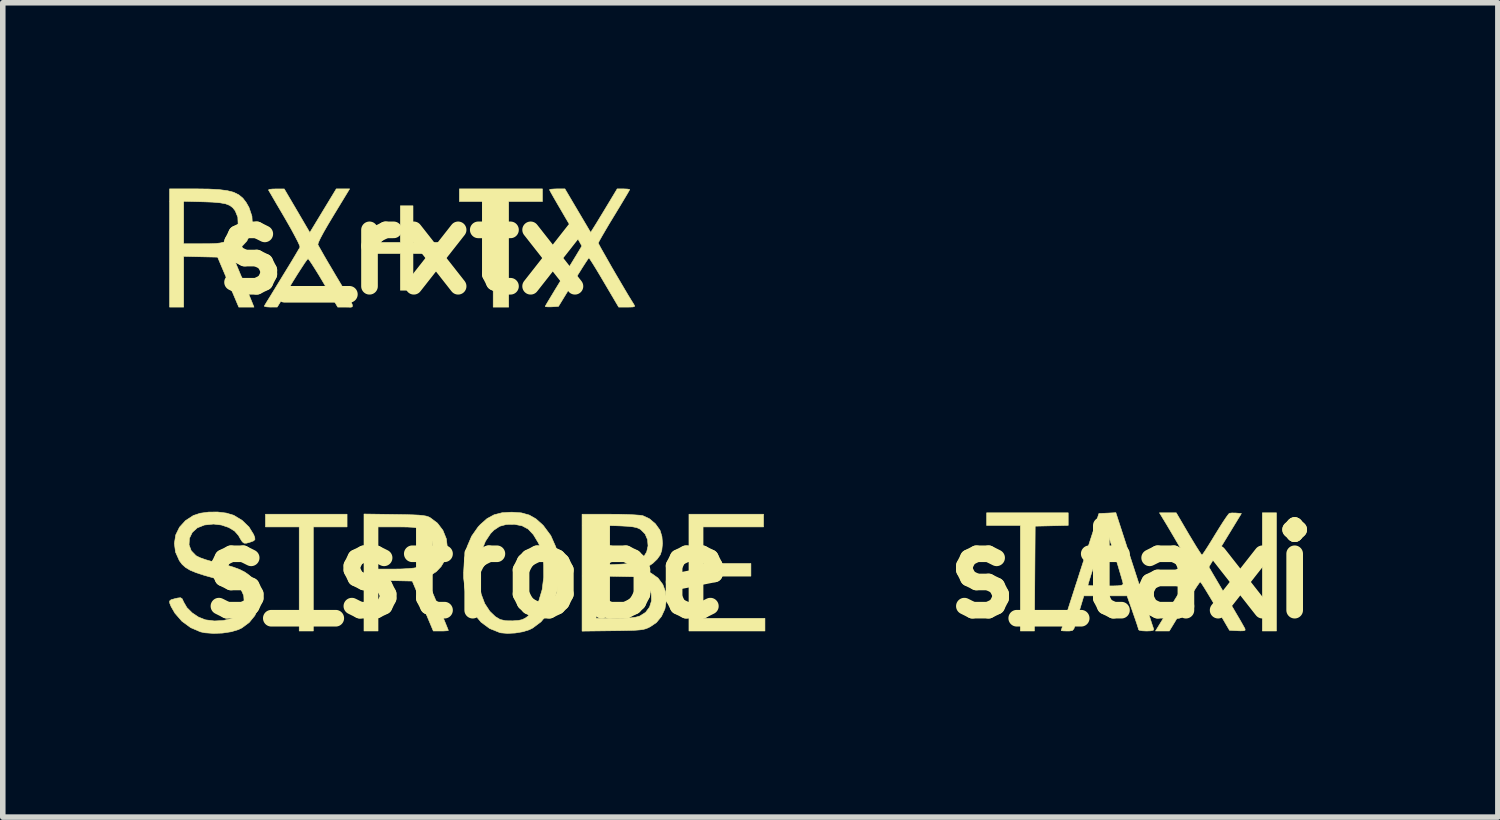
<source format=kicad_pcb>
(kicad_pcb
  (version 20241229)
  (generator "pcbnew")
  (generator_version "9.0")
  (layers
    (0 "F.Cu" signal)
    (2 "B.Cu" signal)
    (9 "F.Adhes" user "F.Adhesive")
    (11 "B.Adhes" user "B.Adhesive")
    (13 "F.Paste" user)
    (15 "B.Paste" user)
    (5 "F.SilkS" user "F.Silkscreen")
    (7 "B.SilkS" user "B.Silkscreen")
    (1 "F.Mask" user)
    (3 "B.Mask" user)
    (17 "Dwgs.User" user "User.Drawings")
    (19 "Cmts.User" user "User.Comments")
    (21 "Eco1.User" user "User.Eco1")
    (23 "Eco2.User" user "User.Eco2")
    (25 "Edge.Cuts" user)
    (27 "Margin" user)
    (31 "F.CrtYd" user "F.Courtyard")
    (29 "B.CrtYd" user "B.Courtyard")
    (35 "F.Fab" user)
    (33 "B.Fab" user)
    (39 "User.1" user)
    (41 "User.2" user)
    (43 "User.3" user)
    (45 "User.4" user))
  (footprint "s_strobe"
    (layer "F.Cu")
    (at 5.358 7.254)
    (property "Reference" "s_strobe" (at 0 0 0) (layer "F.SilkS") (effects (font (size 1.524 1.524) (thickness 0.3))))
    (attr through_hole)
    (fp_poly (pts (xy -2.155 -0.811) (xy -2.763 -0.811) (xy -2.763 1.065) (xy -3.017 1.065) (xy -3.017 -0.811) (xy -3.625 -0.811) (xy -3.625 -1.039) (xy -2.155 -1.039) (xy -2.155 -0.811)) (stroke (width 0.01) (type solid)) (fill yes) (layer "F.SilkS"))
    (fp_poly (pts (xy 5.349 -0.811) (xy 4.259 -0.811) (xy 4.259 -0.152) (xy 5.121 -0.152) (xy 5.121 0.076) (xy 4.259 0.076) (xy 4.259 0.837) (xy 5.374 0.837) (xy 5.374 1.065) (xy 4.005 1.065) (xy 4.005 -1.039) (xy 5.349 -1.039) (xy 5.349 -0.811)) (stroke (width 0.01) (type solid)) (fill yes) (layer "F.SilkS"))
    (fp_poly (pts (xy -1.299 -1.035) (xy -1.113 -1.032) (xy -0.971 -1.028) (xy -0.864 -1.023) (xy -0.787 -1.015) (xy -0.731 -1.006) (xy -0.69 -0.993) (xy -0.662 -0.98) (xy -0.527 -0.879) (xy -0.428 -0.749) (xy -0.367 -0.598) (xy -0.347 -0.435) (xy -0.373 -0.271) (xy -0.399 -0.199) (xy -0.462 -0.095) (xy -0.546 -0.006) (xy -0.638 0.053) (xy -0.674 0.066) (xy -0.72 0.08) (xy -0.735 0.087) (xy -0.726 0.111) (xy -0.699 0.174) (xy -0.659 0.27) (xy -0.607 0.392) (xy -0.548 0.532) (xy -0.532 0.569) (xy -0.471 0.713) (xy -0.417 0.84) (xy -0.374 0.944) (xy -0.344 1.018) (xy -0.33 1.053) (xy -0.33 1.055) (xy -0.352 1.06) (xy -0.411 1.064) (xy -0.465 1.065) (xy -0.601 1.065) (xy -0.98 0.165) (xy -1.289 0.158) (xy -1.597 0.151) (xy -1.597 1.065) (xy -1.85 1.065) (xy -1.85 -0.811) (xy -1.597 -0.811) (xy -1.597 -0.051) (xy -1.299 -0.051) (xy -1.17 -0.053) (xy -1.049 -0.06) (xy -0.952 -0.069) (xy -0.9 -0.079) (xy -0.773 -0.137) (xy -0.679 -0.232) (xy -0.623 -0.355) (xy -0.608 -0.469) (xy -0.63 -0.593) (xy -0.694 -0.69) (xy -0.793 -0.758) (xy -0.845 -0.78) (xy -0.9 -0.795) (xy -0.97 -0.804) (xy -1.066 -0.809) (xy -1.197 -0.811) (xy -1.25 -0.811) (xy -1.597 -0.811) (xy -1.85 -0.811) (xy -1.85 -1.043) (xy -1.299 -1.035)) (stroke (width 0.01) (type solid)) (fill yes) (layer "F.SilkS"))
    (fp_poly (pts (xy 0.984 -1.064) (xy 1.126 -1.025) (xy 1.249 -0.955) (xy 1.37 -0.846) (xy 1.382 -0.834) (xy 1.515 -0.655) (xy 1.607 -0.447) (xy 1.658 -0.211) (xy 1.668 0.049) (xy 1.665 0.097) (xy 1.631 0.341) (xy 1.563 0.559) (xy 1.465 0.747) (xy 1.339 0.899) (xy 1.188 1.012) (xy 1.128 1.042) (xy 1.013 1.078) (xy 0.875 1.101) (xy 0.735 1.108) (xy 0.616 1.098) (xy 0.596 1.093) (xy 0.414 1.02) (xy 0.26 0.906) (xy 0.133 0.754) (xy 0.037 0.568) (xy -0.026 0.351) (xy -0.055 0.106) (xy -0.056 0.028) (xy -0.055 0.011) (xy 0.214 0.011) (xy 0.225 0.212) (xy 0.262 0.402) (xy 0.325 0.57) (xy 0.415 0.707) (xy 0.426 0.719) (xy 0.518 0.807) (xy 0.604 0.858) (xy 0.702 0.88) (xy 0.828 0.882) (xy 0.931 0.875) (xy 1.001 0.86) (xy 1.057 0.832) (xy 1.105 0.797) (xy 1.217 0.675) (xy 1.302 0.514) (xy 1.36 0.319) (xy 1.388 0.095) (xy 1.387 -0.121) (xy 1.377 -0.247) (xy 1.362 -0.341) (xy 1.337 -0.423) (xy 1.297 -0.511) (xy 1.288 -0.529) (xy 1.202 -0.672) (xy 1.109 -0.771) (xy 1 -0.83) (xy 0.869 -0.856) (xy 0.864 -0.857) (xy 0.715 -0.855) (xy 0.595 -0.822) (xy 0.491 -0.753) (xy 0.431 -0.692) (xy 0.338 -0.552) (xy 0.27 -0.381) (xy 0.229 -0.19) (xy 0.214 0.011) (xy -0.055 0.011) (xy -0.041 -0.229) (xy 0.007 -0.451) (xy 0.089 -0.643) (xy 0.206 -0.81) (xy 0.248 -0.855) (xy 0.368 -0.961) (xy 0.494 -1.029) (xy 0.638 -1.066) (xy 0.811 -1.076) (xy 0.984 -1.064)) (stroke (width 0.01) (type solid)) (fill yes) (layer "F.SilkS"))
    (fp_poly (pts (xy 2.579 -1.039) (xy 2.74 -1.038) (xy 2.89 -1.034) (xy 3.019 -1.028) (xy 3.117 -1.021) (xy 3.174 -1.013) (xy 3.176 -1.012) (xy 3.292 -0.958) (xy 3.399 -0.868) (xy 3.479 -0.757) (xy 3.486 -0.743) (xy 3.518 -0.637) (xy 3.528 -0.513) (xy 3.516 -0.393) (xy 3.489 -0.31) (xy 3.433 -0.231) (xy 3.355 -0.156) (xy 3.275 -0.101) (xy 3.245 -0.089) (xy 3.206 -0.071) (xy 3.203 -0.05) (xy 3.241 -0.02) (xy 3.322 0.023) (xy 3.328 0.026) (xy 3.448 0.111) (xy 3.534 0.227) (xy 3.585 0.364) (xy 3.598 0.513) (xy 3.572 0.666) (xy 3.51 0.801) (xy 3.419 0.912) (xy 3.309 0.987) (xy 3.265 1.009) (xy 3.224 1.025) (xy 3.178 1.037) (xy 3.118 1.045) (xy 3.037 1.051) (xy 2.926 1.055) (xy 2.78 1.058) (xy 2.631 1.06) (xy 2.079 1.067) (xy 2.079 0.837) (xy 2.332 0.837) (xy 2.674 0.837) (xy 2.836 0.835) (xy 2.957 0.828) (xy 3.045 0.816) (xy 3.111 0.798) (xy 3.118 0.796) (xy 3.224 0.729) (xy 3.295 0.634) (xy 3.33 0.522) (xy 3.327 0.4) (xy 3.284 0.281) (xy 3.203 0.174) (xy 3.115 0.089) (xy 2.724 0.081) (xy 2.332 0.072) (xy 2.332 0.837) (xy 2.079 0.837) (xy 2.079 -0.119) (xy 2.332 -0.119) (xy 2.671 -0.133) (xy 2.838 -0.143) (xy 2.961 -0.155) (xy 3.046 -0.172) (xy 3.091 -0.189) (xy 3.183 -0.262) (xy 3.243 -0.359) (xy 3.268 -0.469) (xy 3.259 -0.581) (xy 3.215 -0.683) (xy 3.136 -0.763) (xy 3.111 -0.778) (xy 3.063 -0.798) (xy 2.995 -0.812) (xy 2.9 -0.822) (xy 2.768 -0.829) (xy 2.681 -0.832) (xy 2.332 -0.841) (xy 2.332 -0.119) (xy 2.079 -0.119) (xy 2.079 -1.039) (xy 2.579 -1.039)) (stroke (width 0.01) (type solid)) (fill yes) (layer "F.SilkS"))
    (fp_poly (pts (xy -4.33 -1.06) (xy -4.201 -1.021) (xy -4.195 -1.019) (xy -4.044 -0.927) (xy -3.922 -0.809) (xy -3.838 -0.673) (xy -3.818 -0.619) (xy -3.815 -0.583) (xy -3.84 -0.559) (xy -3.904 -0.535) (xy -3.908 -0.534) (xy -3.969 -0.517) (xy -4.01 -0.518) (xy -4.042 -0.542) (xy -4.079 -0.599) (xy -4.111 -0.656) (xy -4.181 -0.736) (xy -4.288 -0.801) (xy -4.419 -0.845) (xy -4.559 -0.862) (xy -4.563 -0.862) (xy -4.725 -0.845) (xy -4.853 -0.794) (xy -4.944 -0.711) (xy -4.995 -0.605) (xy -5.002 -0.488) (xy -4.963 -0.382) (xy -4.88 -0.296) (xy -4.862 -0.284) (xy -4.797 -0.253) (xy -4.7 -0.219) (xy -4.588 -0.187) (xy -4.549 -0.178) (xy -4.355 -0.13) (xy -4.204 -0.086) (xy -4.087 -0.042) (xy -3.995 0.005) (xy -3.92 0.059) (xy -3.891 0.085) (xy -3.794 0.211) (xy -3.74 0.351) (xy -3.727 0.5) (xy -3.753 0.648) (xy -3.817 0.787) (xy -3.917 0.91) (xy -4.05 1.009) (xy -4.112 1.039) (xy -4.241 1.078) (xy -4.398 1.102) (xy -4.562 1.108) (xy -4.715 1.097) (xy -4.796 1.08) (xy -4.973 1.004) (xy -5.13 0.889) (xy -5.257 0.743) (xy -5.325 0.625) (xy -5.35 0.563) (xy -5.353 0.525) (xy -5.326 0.502) (xy -5.26 0.483) (xy -5.208 0.471) (xy -5.156 0.465) (xy -5.126 0.484) (xy -5.1 0.54) (xy -5.099 0.543) (xy -5.041 0.643) (xy -4.947 0.737) (xy -4.832 0.814) (xy -4.711 0.862) (xy -4.703 0.864) (xy -4.546 0.884) (xy -4.388 0.876) (xy -4.247 0.843) (xy -4.195 0.821) (xy -4.099 0.747) (xy -4.037 0.648) (xy -4.009 0.538) (xy -4.017 0.426) (xy -4.062 0.324) (xy -4.143 0.244) (xy -4.191 0.222) (xy -4.277 0.192) (xy -4.389 0.156) (xy -4.517 0.12) (xy -4.544 0.113) (xy -4.73 0.061) (xy -4.874 0.014) (xy -4.983 -0.031) (xy -5.064 -0.08) (xy -5.125 -0.134) (xy -5.174 -0.199) (xy -5.177 -0.204) (xy -5.246 -0.358) (xy -5.266 -0.514) (xy -5.242 -0.666) (xy -5.174 -0.805) (xy -5.065 -0.925) (xy -4.923 -1.017) (xy -4.8 -1.057) (xy -4.647 -1.078) (xy -4.485 -1.079) (xy -4.33 -1.06)) (stroke (width 0.01) (type solid)) (fill yes) (layer "F.SilkS")))
  (footprint "s_rxtx"
    (layer "F.Cu")
    (at 4.188 1.418)
    (property "Reference" "s_rxtx" (at 0 0 0) (layer "F.SilkS") (effects (font (size 1.524 1.524) (thickness 0.3))))
    (attr through_hole)
    (fp_poly (pts (xy 2.535 -0.837) (xy 1.927 -0.837) (xy 1.927 1.065) (xy 1.648 1.065) (xy 1.648 -0.837) (xy 1.039 -0.837) (xy 1.039 -1.065) (xy 2.535 -1.065) (xy 2.535 -0.837)) (stroke (width 0.01) (type solid)) (fill yes) (layer "F.SilkS"))
    (fp_poly (pts (xy 0.203 -0.101) (xy 0.837 -0.101) (xy 0.837 0.101) (xy 0.203 0.101) (xy 0.203 0.76) (xy -0.025 0.76) (xy -0.025 0.101) (xy -0.659 0.101) (xy -0.659 -0.101) (xy -0.025 -0.101) (xy -0.025 -0.76) (xy 0.203 -0.76) (xy 0.203 -0.101)) (stroke (width 0.01) (type solid)) (fill yes) (layer "F.SilkS"))
    (fp_poly (pts (xy -3.476 -1.062) (xy -3.291 -1.052) (xy -3.143 -1.033) (xy -3.027 -1.003) (xy -2.936 -0.958) (xy -2.863 -0.898) (xy -2.803 -0.82) (xy -2.752 -0.73) (xy -2.699 -0.573) (xy -2.69 -0.413) (xy -2.722 -0.259) (xy -2.793 -0.122) (xy -2.871 -0.038) (xy -2.935 0.012) (xy -2.987 0.044) (xy -3.007 0.051) (xy -3.033 0.056) (xy -3.046 0.076) (xy -3.042 0.118) (xy -3.023 0.186) (xy -2.985 0.287) (xy -2.927 0.426) (xy -2.913 0.46) (xy -2.855 0.597) (xy -2.801 0.727) (xy -2.754 0.839) (xy -2.72 0.922) (xy -2.711 0.944) (xy -2.662 1.065) (xy -2.936 1.065) (xy -3.317 0.165) (xy -3.623 0.158) (xy -3.929 0.151) (xy -3.929 1.065) (xy -4.183 1.065) (xy -4.183 -0.076) (xy -3.929 -0.076) (xy -3.595 -0.076) (xy -3.451 -0.077) (xy -3.347 -0.081) (xy -3.271 -0.09) (xy -3.212 -0.104) (xy -3.159 -0.125) (xy -3.153 -0.128) (xy -3.052 -0.203) (xy -2.982 -0.308) (xy -2.948 -0.429) (xy -2.953 -0.554) (xy -3 -0.67) (xy -3.002 -0.672) (xy -3.045 -0.727) (xy -3.099 -0.767) (xy -3.172 -0.796) (xy -3.272 -0.814) (xy -3.407 -0.826) (xy -3.568 -0.832) (xy -3.929 -0.841) (xy -3.929 -0.076) (xy -4.183 -0.076) (xy -4.183 -1.065) (xy -3.706 -1.065) (xy -3.476 -1.062)) (stroke (width 0.01) (type solid)) (fill yes) (layer "F.SilkS"))
    (fp_poly (pts (xy -1.232 -0.583) (xy -1.329 -0.421) (xy -1.408 -0.284) (xy -1.466 -0.176) (xy -1.501 -0.1) (xy -1.511 -0.063) (xy -1.511 -0.062) (xy -1.494 -0.029) (xy -1.455 0.04) (xy -1.399 0.139) (xy -1.328 0.261) (xy -1.246 0.399) (xy -1.208 0.464) (xy -1.101 0.643) (xy -1.018 0.783) (xy -0.957 0.889) (xy -0.915 0.965) (xy -0.893 1.016) (xy -0.887 1.047) (xy -0.896 1.062) (xy -0.919 1.067) (xy -0.954 1.066) (xy -1 1.065) (xy -1.007 1.065) (xy -1.153 1.065) (xy -1.41 0.627) (xy -1.489 0.494) (xy -1.561 0.378) (xy -1.621 0.284) (xy -1.664 0.221) (xy -1.687 0.193) (xy -1.689 0.193) (xy -1.708 0.214) (xy -1.75 0.272) (xy -1.808 0.361) (xy -1.88 0.473) (xy -1.961 0.603) (xy -1.977 0.63) (xy -2.243 1.064) (xy -2.365 1.065) (xy -2.433 1.061) (xy -2.472 1.052) (xy -2.476 1.046) (xy -2.46 1.019) (xy -2.422 0.956) (xy -2.364 0.863) (xy -2.292 0.745) (xy -2.209 0.609) (xy -2.156 0.522) (xy -2.067 0.377) (xy -1.987 0.246) (xy -1.92 0.134) (xy -1.87 0.049) (xy -1.839 -0.004) (xy -1.833 -0.016) (xy -1.841 -0.047) (xy -1.872 -0.115) (xy -1.923 -0.213) (xy -1.988 -0.334) (xy -2.066 -0.471) (xy -2.105 -0.539) (xy -2.188 -0.681) (xy -2.263 -0.808) (xy -2.325 -0.915) (xy -2.371 -0.994) (xy -2.397 -1.038) (xy -2.401 -1.046) (xy -2.384 -1.056) (xy -2.329 -1.062) (xy -2.264 -1.064) (xy -2.117 -1.064) (xy -1.886 -0.671) (xy -1.656 -0.278) (xy -1.179 -1.065) (xy -0.939 -1.065) (xy -1.232 -0.583)) (stroke (width 0.01) (type solid)) (fill yes) (layer "F.SilkS"))
    (fp_poly (pts (xy 3.172 -0.672) (xy 3.404 -0.28) (xy 3.471 -0.387) (xy 3.511 -0.451) (xy 3.568 -0.545) (xy 3.637 -0.658) (xy 3.708 -0.776) (xy 3.71 -0.779) (xy 3.882 -1.065) (xy 3.994 -1.065) (xy 4.062 -1.062) (xy 4.102 -1.056) (xy 4.107 -1.052) (xy 4.094 -1.028) (xy 4.059 -0.967) (xy 4.004 -0.875) (xy 3.935 -0.76) (xy 3.855 -0.628) (xy 3.824 -0.577) (xy 3.74 -0.439) (xy 3.667 -0.315) (xy 3.607 -0.212) (xy 3.564 -0.136) (xy 3.543 -0.094) (xy 3.541 -0.089) (xy 3.554 -0.062) (xy 3.587 0.000454) (xy 3.639 0.092) (xy 3.704 0.206) (xy 3.777 0.335) (xy 3.856 0.471) (xy 3.936 0.607) (xy 4.012 0.736) (xy 4.08 0.851) (xy 4.137 0.944) (xy 4.177 1.008) (xy 4.195 1.039) (xy 4.192 1.056) (xy 4.159 1.063) (xy 4.086 1.065) (xy 4.061 1.065) (xy 3.909 1.065) (xy 3.647 0.621) (xy 3.568 0.487) (xy 3.497 0.369) (xy 3.438 0.274) (xy 3.396 0.209) (xy 3.374 0.179) (xy 3.372 0.178) (xy 3.356 0.198) (xy 3.317 0.256) (xy 3.26 0.344) (xy 3.19 0.456) (xy 3.109 0.585) (xy 3.091 0.615) (xy 2.824 1.052) (xy 2.705 1.06) (xy 2.635 1.061) (xy 2.592 1.057) (xy 2.586 1.053) (xy 2.598 1.028) (xy 2.634 0.967) (xy 2.69 0.874) (xy 2.761 0.756) (xy 2.845 0.619) (xy 2.915 0.506) (xy 3.006 0.359) (xy 3.087 0.227) (xy 3.155 0.115) (xy 3.206 0.03) (xy 3.237 -0.022) (xy 3.245 -0.036) (xy 3.232 -0.06) (xy 3.198 -0.121) (xy 3.145 -0.213) (xy 3.077 -0.33) (xy 2.998 -0.465) (xy 2.953 -0.541) (xy 2.87 -0.684) (xy 2.795 -0.812) (xy 2.734 -0.918) (xy 2.689 -0.998) (xy 2.665 -1.043) (xy 2.662 -1.051) (xy 2.685 -1.058) (xy 2.744 -1.063) (xy 2.801 -1.065) (xy 2.94 -1.065) (xy 3.172 -0.672)) (stroke (width 0.01) (type solid)) (fill yes) (layer "F.SilkS")))
  (footprint "s_taxi"
    (layer "F.Cu")
    (at 17.337 7.254)
    (property "Reference" "s_taxi" (at 0 0 0) (layer "F.SilkS") (effects (font (size 1.524 1.524) (thickness 0.3))))
    (attr through_hole)
    (fp_poly (pts (xy 2.611 1.065) (xy 2.357 1.065) (xy 2.357 -1.065) (xy 2.611 -1.065) (xy 2.611 1.065)) (stroke (width 0.01) (type solid)) (fill yes) (layer "F.SilkS"))
    (fp_poly (pts (xy -1.141 -0.838) (xy -1.439 -0.831) (xy -1.736 -0.824) (xy -1.743 0.12) (xy -1.75 1.065) (xy -2.003 1.065) (xy -2.003 -0.837) (xy -2.611 -0.837) (xy -2.611 -1.065) (xy -1.141 -1.065) (xy -1.141 -0.838)) (stroke (width 0.01) (type solid)) (fill yes) (layer "F.SilkS"))
    (fp_poly (pts (xy 1.028 -0.684) (xy 1.102 -0.561) (xy 1.167 -0.454) (xy 1.22 -0.371) (xy 1.255 -0.319) (xy 1.269 -0.304) (xy 1.287 -0.325) (xy 1.326 -0.382) (xy 1.382 -0.469) (xy 1.449 -0.577) (xy 1.508 -0.674) (xy 1.584 -0.797) (xy 1.652 -0.904) (xy 1.708 -0.987) (xy 1.748 -1.041) (xy 1.763 -1.056) (xy 1.808 -1.062) (xy 1.877 -1.061) (xy 1.887 -1.06) (xy 1.979 -1.052) (xy 1.687 -0.573) (xy 1.602 -0.434) (xy 1.527 -0.31) (xy 1.465 -0.208) (xy 1.42 -0.134) (xy 1.397 -0.093) (xy 1.394 -0.088) (xy 1.407 -0.065) (xy 1.441 -0.005) (xy 1.495 0.087) (xy 1.564 0.204) (xy 1.645 0.342) (xy 1.712 0.454) (xy 1.801 0.604) (xy 1.881 0.741) (xy 1.95 0.858) (xy 2.002 0.95) (xy 2.035 1.009) (xy 2.045 1.028) (xy 2.046 1.05) (xy 2.022 1.06) (xy 1.962 1.062) (xy 1.912 1.06) (xy 1.765 1.052) (xy 1.51 0.615) (xy 1.431 0.482) (xy 1.361 0.366) (xy 1.303 0.272) (xy 1.261 0.207) (xy 1.239 0.179) (xy 1.238 0.178) (xy 1.22 0.199) (xy 1.18 0.256) (xy 1.123 0.344) (xy 1.052 0.456) (xy 0.971 0.586) (xy 0.95 0.621) (xy 0.68 1.065) (xy 0.432 1.065) (xy 0.6 0.792) (xy 0.687 0.652) (xy 0.784 0.494) (xy 0.879 0.34) (xy 0.933 0.253) (xy 0.996 0.149) (xy 1.048 0.06) (xy 1.084 -0.005) (xy 1.098 -0.037) (xy 1.098 -0.038) (xy 1.085 -0.066) (xy 1.051 -0.129) (xy 1 -0.222) (xy 0.935 -0.336) (xy 0.86 -0.465) (xy 0.781 -0.601) (xy 0.701 -0.737) (xy 0.625 -0.865) (xy 0.556 -0.978) (xy 0.554 -0.982) (xy 0.503 -1.065) (xy 0.805 -1.065) (xy 1.028 -0.684)) (stroke (width 0.01) (type solid)) (fill yes) (layer "F.SilkS"))
    (fp_poly (pts (xy -0.000462 -0.198) (xy 0.067 0.01) (xy 0.132 0.21) (xy 0.192 0.394) (xy 0.244 0.557) (xy 0.287 0.69) (xy 0.319 0.788) (xy 0.335 0.837) (xy 0.363 0.925) (xy 0.387 0.996) (xy 0.399 1.033) (xy 0.391 1.052) (xy 0.343 1.062) (xy 0.269 1.065) (xy 0.192 1.061) (xy 0.14 1.051) (xy 0.127 1.041) (xy 0.119 1.009) (xy 0.097 0.94) (xy 0.064 0.843) (xy 0.024 0.729) (xy 0.023 0.724) (xy -0.081 0.431) (xy -0.859 0.431) (xy -0.922 0.64) (xy -0.955 0.752) (xy -0.987 0.86) (xy -1.012 0.944) (xy -1.016 0.957) (xy -1.038 1.024) (xy -1.065 1.055) (xy -1.114 1.064) (xy -1.157 1.065) (xy -1.224 1.063) (xy -1.263 1.059) (xy -1.267 1.057) (xy -1.26 1.032) (xy -1.238 0.963) (xy -1.204 0.857) (xy -1.159 0.717) (xy -1.105 0.548) (xy -1.043 0.356) (xy -1.007 0.243) (xy -0.786 0.243) (xy -0.762 0.247) (xy -0.697 0.25) (xy -0.601 0.253) (xy -0.483 0.253) (xy -0.469 0.253) (xy -0.336 0.253) (xy -0.245 0.25) (xy -0.19 0.243) (xy -0.161 0.233) (xy -0.152 0.217) (xy -0.152 0.213) (xy -0.159 0.179) (xy -0.18 0.106) (xy -0.21 0.004) (xy -0.246 -0.118) (xy -0.287 -0.25) (xy -0.329 -0.384) (xy -0.369 -0.509) (xy -0.404 -0.617) (xy -0.432 -0.697) (xy -0.448 -0.741) (xy -0.45 -0.744) (xy -0.46 -0.726) (xy -0.483 -0.668) (xy -0.515 -0.579) (xy -0.555 -0.467) (xy -0.599 -0.341) (xy -0.644 -0.209) (xy -0.687 -0.079) (xy -0.726 0.039) (xy -0.757 0.138) (xy -0.778 0.208) (xy -0.786 0.242) (xy -0.786 0.243) (xy -1.007 0.243) (xy -0.975 0.146) (xy -0.928 -0.002) (xy -0.588 -1.052) (xy -0.435 -1.059) (xy -0.283 -1.067) (xy -0.000462 -0.198)) (stroke (width 0.01) (type solid)) (fill yes) (layer "F.SilkS")))
  (gr_rect
    (start -3 -3)
    (end 23.937 11.672)
    (stroke (width 0.1) (type default))
    (fill no)
    (layer "Edge.Cuts")))
</source>
